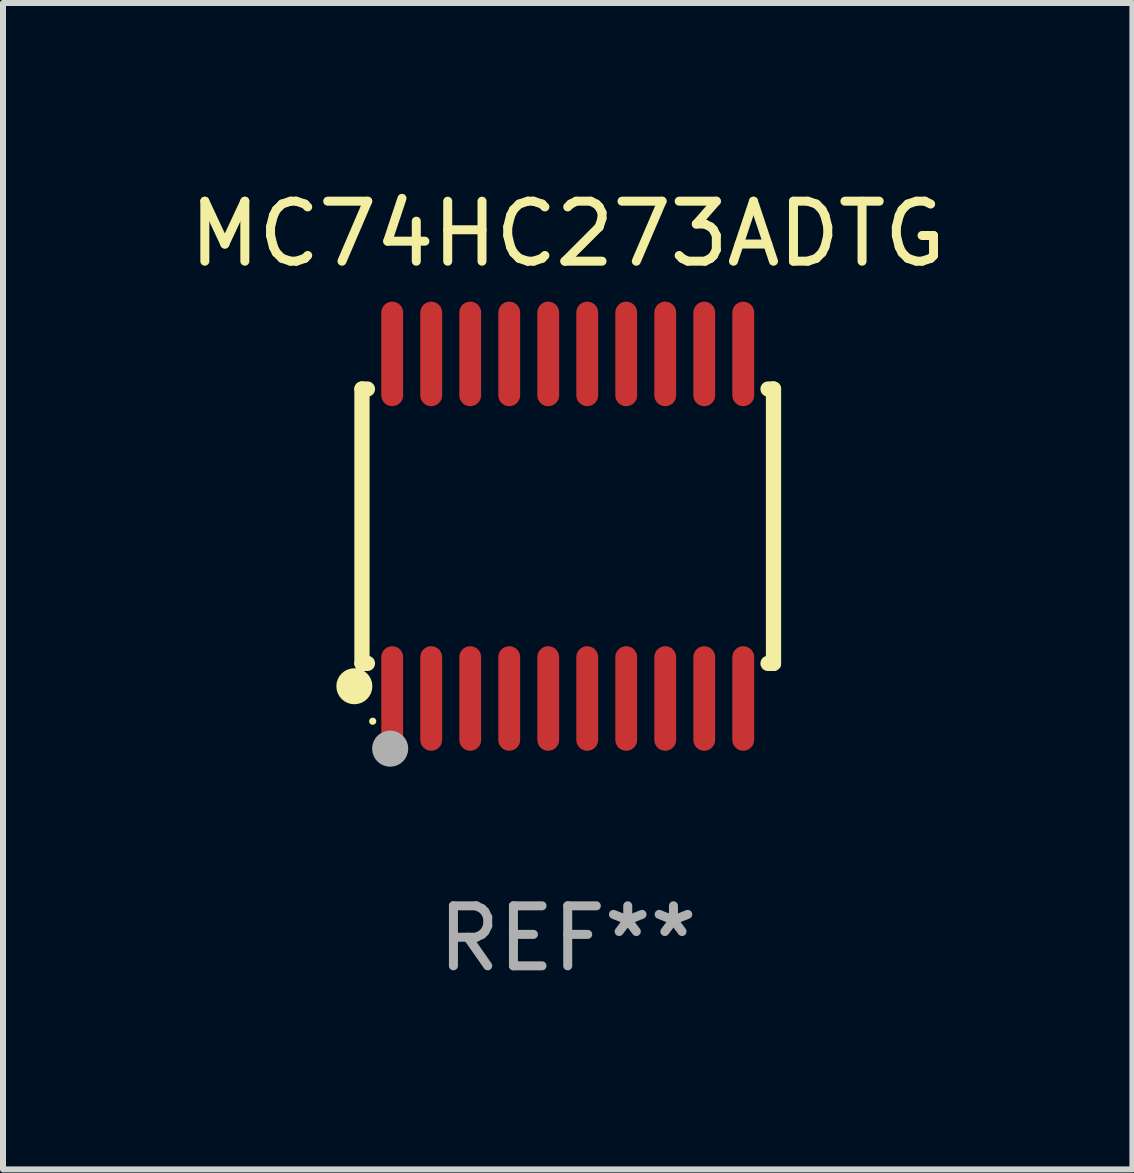
<source format=kicad_pcb>
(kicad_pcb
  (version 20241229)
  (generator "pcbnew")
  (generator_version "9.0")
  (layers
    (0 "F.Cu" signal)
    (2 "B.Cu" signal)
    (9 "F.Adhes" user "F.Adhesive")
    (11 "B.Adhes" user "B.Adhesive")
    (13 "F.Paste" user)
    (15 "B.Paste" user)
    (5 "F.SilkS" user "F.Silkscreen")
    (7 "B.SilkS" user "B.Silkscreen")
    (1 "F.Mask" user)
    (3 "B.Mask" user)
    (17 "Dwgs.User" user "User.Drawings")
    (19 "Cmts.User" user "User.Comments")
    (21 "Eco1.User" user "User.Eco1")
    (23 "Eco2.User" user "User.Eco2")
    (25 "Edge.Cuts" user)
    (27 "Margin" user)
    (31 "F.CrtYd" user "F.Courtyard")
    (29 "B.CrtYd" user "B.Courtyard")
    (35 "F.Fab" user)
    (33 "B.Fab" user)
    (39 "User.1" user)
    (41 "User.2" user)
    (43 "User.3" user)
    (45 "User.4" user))
  (footprint "MC74HC273ADTG"
    (layer "F.Cu")
    (at 6.411 5.719)
    (property "Reference" "MC74HC273ADTG" (at 0 -4.871 0) (layer "F.SilkS") (effects (font (size 1 1) (thickness 0.15))))
    (attr through_hole)
    (fp_line (start -3.429 -2.286) (end -3.429 2.286) (stroke (width 0.254) (type solid)) (layer "F.SilkS"))
    (fp_line (start -3.429 2.286) (end -3.338 2.286) (stroke (width 0.254) (type solid)) (layer "F.SilkS"))
    (fp_line (start -3.338 -2.286) (end -3.429 -2.286) (stroke (width 0.254) (type solid)) (layer "F.SilkS"))
    (fp_line (start 3.338 -2.286) (end 3.429 -2.286) (stroke (width 0.254) (type solid)) (layer "F.SilkS"))
    (fp_line (start 3.429 -2.286) (end 3.429 2.286) (stroke (width 0.254) (type solid)) (layer "F.SilkS"))
    (fp_line (start 3.429 2.286) (end 3.338 2.286) (stroke (width 0.254) (type solid)) (layer "F.SilkS"))
    (fp_circle (center -3.556 2.667) (end -3.406 2.667) (stroke (width 0.3) (type solid)) (fill no) (layer "F.SilkS"))
    (fp_circle (center -3.25 3.25) (end -3.22 3.25) (stroke (width 0.06) (type solid)) (fill no) (layer "F.SilkS"))
    (fp_circle (center -2.959 3.707) (end -2.808 3.707) (stroke (width 0.3) (type solid)) (fill no) (layer "F.Fab"))
    (fp_text user "REF**" (at 0 6.871 0) (layer "F.Fab") (effects (font (size 1 1) (thickness 0.15))))
    (pad "1" smd oval (at -2.925 2.871) (size 0.364 1.742) (layers "F.Cu" "F.Mask" "F.Paste"))
    (pad "2" smd oval (at -2.275 2.871) (size 0.364 1.742) (layers "F.Cu" "F.Mask" "F.Paste"))
    (pad "3" smd oval (at -1.625 2.871) (size 0.364 1.742) (layers "F.Cu" "F.Mask" "F.Paste"))
    (pad "4" smd oval (at -0.975 2.871) (size 0.364 1.742) (layers "F.Cu" "F.Mask" "F.Paste"))
    (pad "5" smd oval (at -0.325 2.871) (size 0.364 1.742) (layers "F.Cu" "F.Mask" "F.Paste"))
    (pad "6" smd oval (at 0.325 2.871) (size 0.364 1.742) (layers "F.Cu" "F.Mask" "F.Paste"))
    (pad "7" smd oval (at 0.975 2.871) (size 0.364 1.742) (layers "F.Cu" "F.Mask" "F.Paste"))
    (pad "8" smd oval (at 1.625 2.871) (size 0.364 1.742) (layers "F.Cu" "F.Mask" "F.Paste"))
    (pad "9" smd oval (at 2.275 2.871) (size 0.364 1.742) (layers "F.Cu" "F.Mask" "F.Paste"))
    (pad "10" smd oval (at 2.925 2.871) (size 0.364 1.742) (layers "F.Cu" "F.Mask" "F.Paste"))
    (pad "11" smd oval (at 2.925 -2.871) (size 0.364 1.742) (layers "F.Cu" "F.Mask" "F.Paste"))
    (pad "12" smd oval (at 2.275 -2.871) (size 0.364 1.742) (layers "F.Cu" "F.Mask" "F.Paste"))
    (pad "13" smd oval (at 1.625 -2.871) (size 0.364 1.742) (layers "F.Cu" "F.Mask" "F.Paste"))
    (pad "14" smd oval (at 0.975 -2.871) (size 0.364 1.742) (layers "F.Cu" "F.Mask" "F.Paste"))
    (pad "15" smd oval (at 0.325 -2.871) (size 0.364 1.742) (layers "F.Cu" "F.Mask" "F.Paste"))
    (pad "16" smd oval (at -0.325 -2.871) (size 0.364 1.742) (layers "F.Cu" "F.Mask" "F.Paste"))
    (pad "17" smd oval (at -0.975 -2.871) (size 0.364 1.742) (layers "F.Cu" "F.Mask" "F.Paste"))
    (pad "18" smd oval (at -1.625 -2.871) (size 0.364 1.742) (layers "F.Cu" "F.Mask" "F.Paste"))
    (pad "19" smd oval (at -2.275 -2.871) (size 0.364 1.742) (layers "F.Cu" "F.Mask" "F.Paste"))
    (pad "20" smd oval (at -2.925 -2.871) (size 0.364 1.742) (layers "F.Cu" "F.Mask" "F.Paste")))
  (gr_rect
    (start -3 -3)
    (end 15.821 16.438)
    (stroke (width 0.1) (type default))
    (fill no)
    (layer "Edge.Cuts")))
</source>
